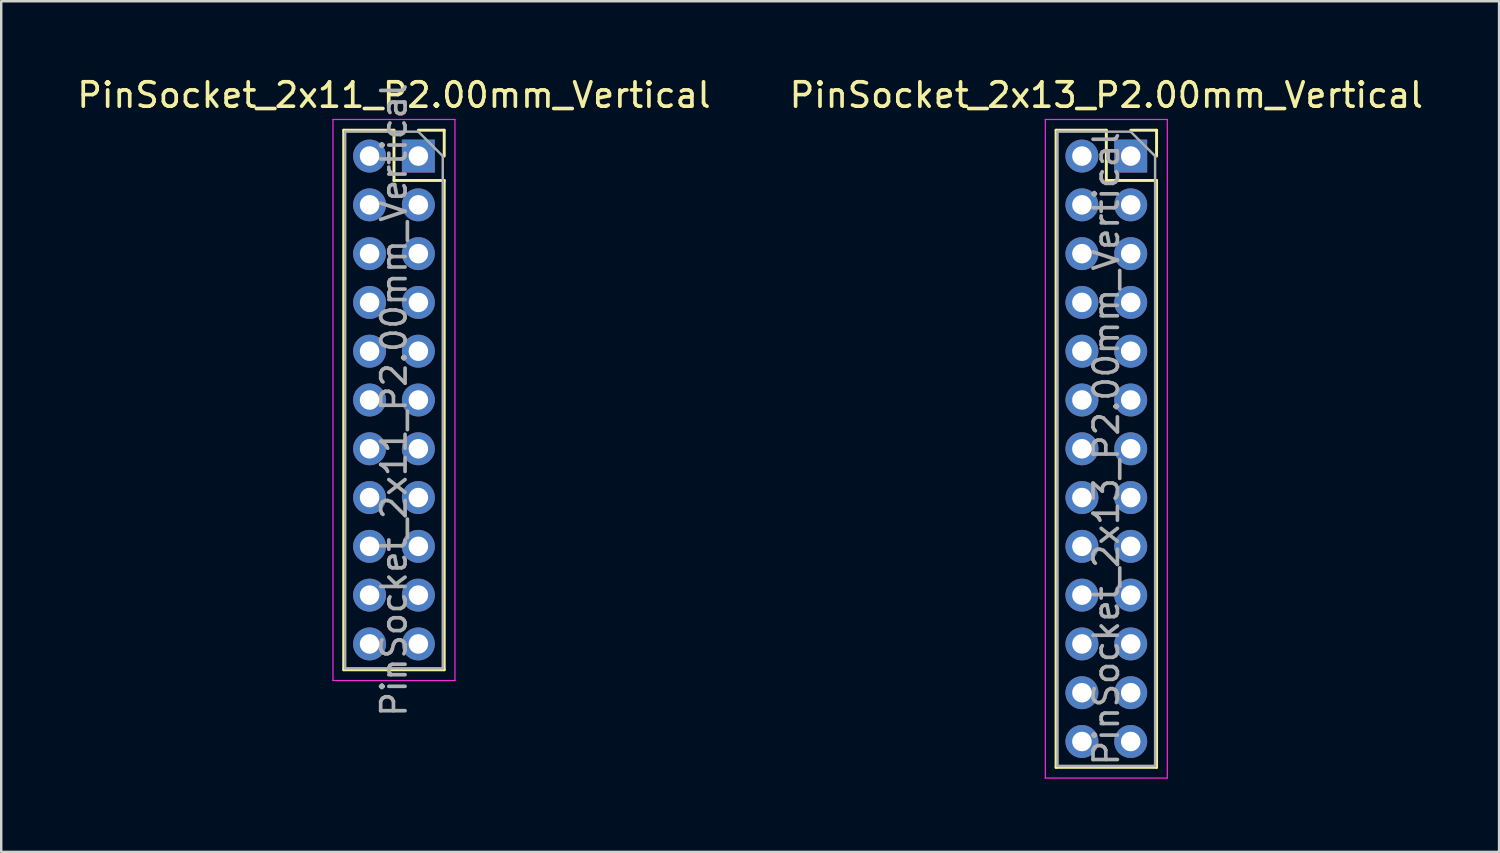
<source format=kicad_pcb>
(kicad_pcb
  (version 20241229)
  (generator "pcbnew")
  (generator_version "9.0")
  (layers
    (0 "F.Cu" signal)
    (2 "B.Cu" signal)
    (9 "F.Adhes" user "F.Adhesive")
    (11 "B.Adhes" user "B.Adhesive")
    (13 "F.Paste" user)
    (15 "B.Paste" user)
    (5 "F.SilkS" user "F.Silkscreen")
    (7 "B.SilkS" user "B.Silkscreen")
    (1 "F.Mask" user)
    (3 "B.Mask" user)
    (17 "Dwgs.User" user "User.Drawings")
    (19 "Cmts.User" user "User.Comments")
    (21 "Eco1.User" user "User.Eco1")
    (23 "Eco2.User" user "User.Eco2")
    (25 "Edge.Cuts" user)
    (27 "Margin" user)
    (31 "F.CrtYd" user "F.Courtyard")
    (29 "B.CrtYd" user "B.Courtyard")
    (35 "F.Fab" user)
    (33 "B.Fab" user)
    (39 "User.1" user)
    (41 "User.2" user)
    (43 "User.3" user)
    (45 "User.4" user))
  (footprint "PinSocket_2x13_P2.00mm_Vertical"
    (layer "F.Cu")
    (at 43.304 3.348)
    (property "Reference" "PinSocket_2x13_P2.00mm_Vertical" (at -1 -2.5 0) (layer "F.SilkS") (effects (font (size 1 1) (thickness 0.15))))
    (attr through_hole)
    (fp_line (start -3.06 -1.06) (end -3.06 25.06) (stroke (width 0.12) (type solid)) (layer "F.SilkS"))
    (fp_line (start -3.06 -1.06) (end -1 -1.06) (stroke (width 0.12) (type solid)) (layer "F.SilkS"))
    (fp_line (start -3.06 25.06) (end 1.06 25.06) (stroke (width 0.12) (type solid)) (layer "F.SilkS"))
    (fp_line (start -1 -1.06) (end -1 1) (stroke (width 0.12) (type solid)) (layer "F.SilkS"))
    (fp_line (start -1 1) (end 1.06 1) (stroke (width 0.12) (type solid)) (layer "F.SilkS"))
    (fp_line (start 0 -1.06) (end 1.06 -1.06) (stroke (width 0.12) (type solid)) (layer "F.SilkS"))
    (fp_line (start 1.06 -1.06) (end 1.06 0) (stroke (width 0.12) (type solid)) (layer "F.SilkS"))
    (fp_line (start 1.06 1) (end 1.06 25.06) (stroke (width 0.12) (type solid)) (layer "F.SilkS"))
    (fp_line (start -3.5 -1.5) (end 1.5 -1.5) (stroke (width 0.05) (type solid)) (layer "F.CrtYd"))
    (fp_line (start -3.5 25.5) (end -3.5 -1.5) (stroke (width 0.05) (type solid)) (layer "F.CrtYd"))
    (fp_line (start 1.5 -1.5) (end 1.5 25.5) (stroke (width 0.05) (type solid)) (layer "F.CrtYd"))
    (fp_line (start 1.5 25.5) (end -3.5 25.5) (stroke (width 0.05) (type solid)) (layer "F.CrtYd"))
    (fp_line (start -3 -1) (end 0 -1) (stroke (width 0.1) (type solid)) (layer "F.Fab"))
    (fp_line (start -3 25) (end -3 -1) (stroke (width 0.1) (type solid)) (layer "F.Fab"))
    (fp_line (start 0 -1) (end 1 0) (stroke (width 0.1) (type solid)) (layer "F.Fab"))
    (fp_line (start 1 0) (end 1 25) (stroke (width 0.1) (type solid)) (layer "F.Fab"))
    (fp_line (start 1 25) (end -3 25) (stroke (width 0.1) (type solid)) (layer "F.Fab"))
    (fp_text user "${REFERENCE}" (at -1 12 90) (layer "F.Fab") (effects (font (size 1 1) (thickness 0.15))))
    (pad "1" thru_hole rect (at 0 0) (size 1.35 1.35) (drill 0.8) (layers "*.Cu" "*.Mask"))
    (pad "2" thru_hole oval (at -2 0) (size 1.35 1.35) (drill 0.8) (layers "*.Cu" "*.Mask"))
    (pad "3" thru_hole oval (at 0 2) (size 1.35 1.35) (drill 0.8) (layers "*.Cu" "*.Mask"))
    (pad "4" thru_hole oval (at -2 2) (size 1.35 1.35) (drill 0.8) (layers "*.Cu" "*.Mask"))
    (pad "5" thru_hole oval (at 0 4) (size 1.35 1.35) (drill 0.8) (layers "*.Cu" "*.Mask"))
    (pad "6" thru_hole oval (at -2 4) (size 1.35 1.35) (drill 0.8) (layers "*.Cu" "*.Mask"))
    (pad "7" thru_hole oval (at 0 6) (size 1.35 1.35) (drill 0.8) (layers "*.Cu" "*.Mask"))
    (pad "8" thru_hole oval (at -2 6) (size 1.35 1.35) (drill 0.8) (layers "*.Cu" "*.Mask"))
    (pad "9" thru_hole oval (at 0 8) (size 1.35 1.35) (drill 0.8) (layers "*.Cu" "*.Mask"))
    (pad "10" thru_hole oval (at -2 8) (size 1.35 1.35) (drill 0.8) (layers "*.Cu" "*.Mask"))
    (pad "11" thru_hole oval (at 0 10) (size 1.35 1.35) (drill 0.8) (layers "*.Cu" "*.Mask"))
    (pad "12" thru_hole oval (at -2 10) (size 1.35 1.35) (drill 0.8) (layers "*.Cu" "*.Mask"))
    (pad "13" thru_hole oval (at 0 12) (size 1.35 1.35) (drill 0.8) (layers "*.Cu" "*.Mask"))
    (pad "14" thru_hole oval (at -2 12) (size 1.35 1.35) (drill 0.8) (layers "*.Cu" "*.Mask"))
    (pad "15" thru_hole oval (at 0 14) (size 1.35 1.35) (drill 0.8) (layers "*.Cu" "*.Mask"))
    (pad "16" thru_hole oval (at -2 14) (size 1.35 1.35) (drill 0.8) (layers "*.Cu" "*.Mask"))
    (pad "17" thru_hole oval (at 0 16) (size 1.35 1.35) (drill 0.8) (layers "*.Cu" "*.Mask"))
    (pad "18" thru_hole oval (at -2 16) (size 1.35 1.35) (drill 0.8) (layers "*.Cu" "*.Mask"))
    (pad "19" thru_hole oval (at 0 18) (size 1.35 1.35) (drill 0.8) (layers "*.Cu" "*.Mask"))
    (pad "20" thru_hole oval (at -2 18) (size 1.35 1.35) (drill 0.8) (layers "*.Cu" "*.Mask"))
    (pad "21" thru_hole oval (at 0 20) (size 1.35 1.35) (drill 0.8) (layers "*.Cu" "*.Mask"))
    (pad "22" thru_hole oval (at -2 20) (size 1.35 1.35) (drill 0.8) (layers "*.Cu" "*.Mask"))
    (pad "23" thru_hole oval (at 0 22) (size 1.35 1.35) (drill 0.8) (layers "*.Cu" "*.Mask"))
    (pad "24" thru_hole oval (at -2 22) (size 1.35 1.35) (drill 0.8) (layers "*.Cu" "*.Mask"))
    (pad "25" thru_hole oval (at 0 24) (size 1.35 1.35) (drill 0.8) (layers "*.Cu" "*.Mask"))
    (pad "26" thru_hole oval (at -2 24) (size 1.35 1.35) (drill 0.8) (layers "*.Cu" "*.Mask")))
  (footprint "PinSocket_2x11_P2.00mm_Vertical"
    (layer "F.Cu")
    (at 14.101 3.348)
    (property "Reference" "PinSocket_2x11_P2.00mm_Vertical" (at -1 -2.5 0) (layer "F.SilkS") (effects (font (size 1 1) (thickness 0.15))))
    (attr through_hole)
    (fp_line (start -3.06 -1.06) (end -3.06 21.06) (stroke (width 0.12) (type solid)) (layer "F.SilkS"))
    (fp_line (start -3.06 -1.06) (end -1 -1.06) (stroke (width 0.12) (type solid)) (layer "F.SilkS"))
    (fp_line (start -3.06 21.06) (end 1.06 21.06) (stroke (width 0.12) (type solid)) (layer "F.SilkS"))
    (fp_line (start -1 -1.06) (end -1 1) (stroke (width 0.12) (type solid)) (layer "F.SilkS"))
    (fp_line (start -1 1) (end 1.06 1) (stroke (width 0.12) (type solid)) (layer "F.SilkS"))
    (fp_line (start 0 -1.06) (end 1.06 -1.06) (stroke (width 0.12) (type solid)) (layer "F.SilkS"))
    (fp_line (start 1.06 -1.06) (end 1.06 0) (stroke (width 0.12) (type solid)) (layer "F.SilkS"))
    (fp_line (start 1.06 1) (end 1.06 21.06) (stroke (width 0.12) (type solid)) (layer "F.SilkS"))
    (fp_line (start -3.5 -1.5) (end 1.5 -1.5) (stroke (width 0.05) (type solid)) (layer "F.CrtYd"))
    (fp_line (start -3.5 21.5) (end -3.5 -1.5) (stroke (width 0.05) (type solid)) (layer "F.CrtYd"))
    (fp_line (start 1.5 -1.5) (end 1.5 21.5) (stroke (width 0.05) (type solid)) (layer "F.CrtYd"))
    (fp_line (start 1.5 21.5) (end -3.5 21.5) (stroke (width 0.05) (type solid)) (layer "F.CrtYd"))
    (fp_line (start -3 -1) (end 0 -1) (stroke (width 0.1) (type solid)) (layer "F.Fab"))
    (fp_line (start -3 21) (end -3 -1) (stroke (width 0.1) (type solid)) (layer "F.Fab"))
    (fp_line (start 0 -1) (end 1 0) (stroke (width 0.1) (type solid)) (layer "F.Fab"))
    (fp_line (start 1 0) (end 1 21) (stroke (width 0.1) (type solid)) (layer "F.Fab"))
    (fp_line (start 1 21) (end -3 21) (stroke (width 0.1) (type solid)) (layer "F.Fab"))
    (fp_text user "${REFERENCE}" (at -1 10 90) (layer "F.Fab") (effects (font (size 1 1) (thickness 0.15))))
    (pad "1" thru_hole rect (at 0 0) (size 1.35 1.35) (drill 0.8) (layers "*.Cu" "*.Mask"))
    (pad "2" thru_hole oval (at -2 0) (size 1.35 1.35) (drill 0.8) (layers "*.Cu" "*.Mask"))
    (pad "3" thru_hole oval (at 0 2) (size 1.35 1.35) (drill 0.8) (layers "*.Cu" "*.Mask"))
    (pad "4" thru_hole oval (at -2 2) (size 1.35 1.35) (drill 0.8) (layers "*.Cu" "*.Mask"))
    (pad "5" thru_hole oval (at 0 4) (size 1.35 1.35) (drill 0.8) (layers "*.Cu" "*.Mask"))
    (pad "6" thru_hole oval (at -2 4) (size 1.35 1.35) (drill 0.8) (layers "*.Cu" "*.Mask"))
    (pad "7" thru_hole oval (at 0 6) (size 1.35 1.35) (drill 0.8) (layers "*.Cu" "*.Mask"))
    (pad "8" thru_hole oval (at -2 6) (size 1.35 1.35) (drill 0.8) (layers "*.Cu" "*.Mask"))
    (pad "9" thru_hole oval (at 0 8) (size 1.35 1.35) (drill 0.8) (layers "*.Cu" "*.Mask"))
    (pad "10" thru_hole oval (at -2 8) (size 1.35 1.35) (drill 0.8) (layers "*.Cu" "*.Mask"))
    (pad "11" thru_hole oval (at 0 10) (size 1.35 1.35) (drill 0.8) (layers "*.Cu" "*.Mask"))
    (pad "12" thru_hole oval (at -2 10) (size 1.35 1.35) (drill 0.8) (layers "*.Cu" "*.Mask"))
    (pad "13" thru_hole oval (at 0 12) (size 1.35 1.35) (drill 0.8) (layers "*.Cu" "*.Mask"))
    (pad "14" thru_hole oval (at -2 12) (size 1.35 1.35) (drill 0.8) (layers "*.Cu" "*.Mask"))
    (pad "15" thru_hole oval (at 0 14) (size 1.35 1.35) (drill 0.8) (layers "*.Cu" "*.Mask"))
    (pad "16" thru_hole oval (at -2 14) (size 1.35 1.35) (drill 0.8) (layers "*.Cu" "*.Mask"))
    (pad "17" thru_hole oval (at 0 16) (size 1.35 1.35) (drill 0.8) (layers "*.Cu" "*.Mask"))
    (pad "18" thru_hole oval (at -2 16) (size 1.35 1.35) (drill 0.8) (layers "*.Cu" "*.Mask"))
    (pad "19" thru_hole oval (at 0 18) (size 1.35 1.35) (drill 0.8) (layers "*.Cu" "*.Mask"))
    (pad "20" thru_hole oval (at -2 18) (size 1.35 1.35) (drill 0.8) (layers "*.Cu" "*.Mask"))
    (pad "21" thru_hole oval (at 0 20) (size 1.35 1.35) (drill 0.8) (layers "*.Cu" "*.Mask"))
    (pad "22" thru_hole oval (at -2 20) (size 1.35 1.35) (drill 0.8) (layers "*.Cu" "*.Mask")))
  (gr_rect
    (start -3 -3)
    (end 58.405 31.873)
    (stroke (width 0.1) (type default))
    (fill no)
    (layer "Edge.Cuts")))
</source>
